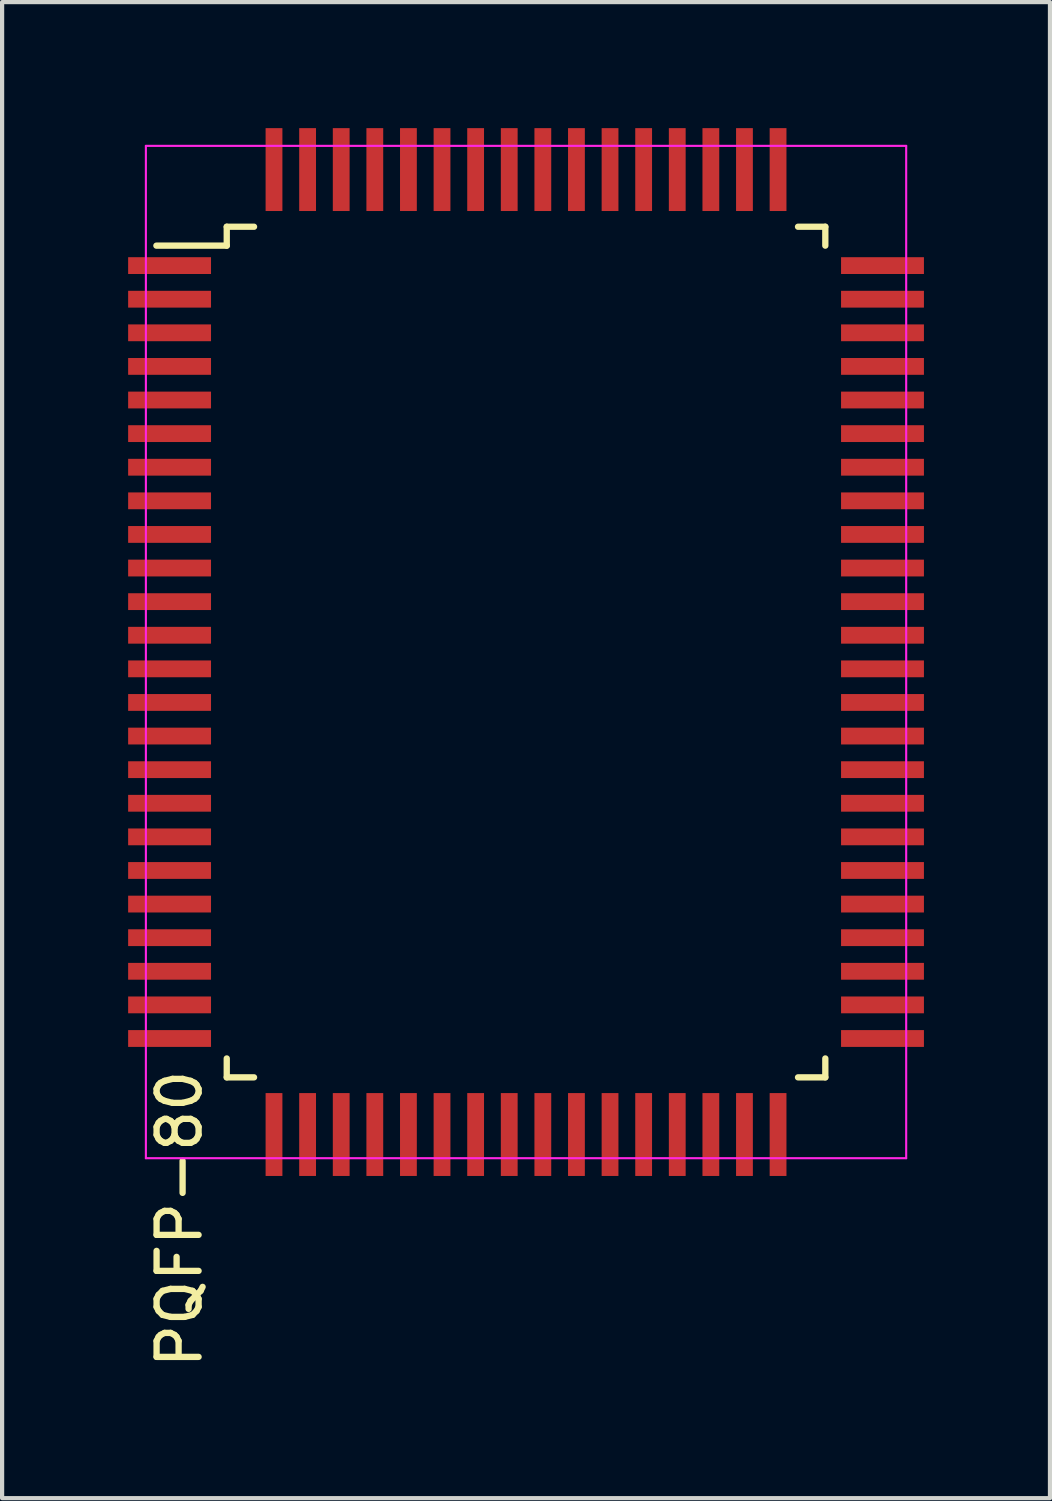
<source format=kicad_pcb>
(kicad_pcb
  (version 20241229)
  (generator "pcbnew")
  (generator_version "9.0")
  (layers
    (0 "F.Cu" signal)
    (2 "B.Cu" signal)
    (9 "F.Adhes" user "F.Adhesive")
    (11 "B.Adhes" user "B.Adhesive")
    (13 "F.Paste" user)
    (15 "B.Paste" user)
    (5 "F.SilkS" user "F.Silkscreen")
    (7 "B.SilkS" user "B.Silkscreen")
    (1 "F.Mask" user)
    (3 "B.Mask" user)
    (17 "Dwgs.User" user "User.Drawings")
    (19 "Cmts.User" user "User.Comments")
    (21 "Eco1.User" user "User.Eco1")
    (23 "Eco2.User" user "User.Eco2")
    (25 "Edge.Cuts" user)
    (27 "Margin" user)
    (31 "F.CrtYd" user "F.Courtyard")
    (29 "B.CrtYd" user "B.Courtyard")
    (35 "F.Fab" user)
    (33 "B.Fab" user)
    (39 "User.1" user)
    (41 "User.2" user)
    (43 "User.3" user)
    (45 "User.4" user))
  (footprint "PQFP-80"
    (layer "F.Cu")
    (at 9.473 12.473)
    (property "Reference" "PQFP-80" (at -8.25 13.494 270) (layer "F.SilkS") (effects (font (size 1 1) (thickness 0.15))))
    (attr smd)
    (fp_line (start -7.125 -10.125) (end -7.125 -9.675) (stroke (width 0.15) (type solid)) (layer "F.SilkS"))
    (fp_line (start -7.125 -10.125) (end -6.475 -10.125) (stroke (width 0.15) (type solid)) (layer "F.SilkS"))
    (fp_line (start -7.125 -9.675) (end -8.8 -9.675) (stroke (width 0.15) (type solid)) (layer "F.SilkS"))
    (fp_line (start -7.125 10.125) (end -7.125 9.675) (stroke (width 0.15) (type solid)) (layer "F.SilkS"))
    (fp_line (start -7.125 10.125) (end -6.475 10.125) (stroke (width 0.15) (type solid)) (layer "F.SilkS"))
    (fp_line (start 7.125 -10.125) (end 6.475 -10.125) (stroke (width 0.15) (type solid)) (layer "F.SilkS"))
    (fp_line (start 7.125 -10.125) (end 7.125 -9.675) (stroke (width 0.15) (type solid)) (layer "F.SilkS"))
    (fp_line (start 7.125 10.125) (end 6.475 10.125) (stroke (width 0.15) (type solid)) (layer "F.SilkS"))
    (fp_line (start 7.125 10.125) (end 7.125 9.675) (stroke (width 0.15) (type solid)) (layer "F.SilkS"))
    (fp_line (start -9.05 -12.05) (end -9.05 12.05) (stroke (width 0.05) (type solid)) (layer "F.CrtYd"))
    (fp_line (start -9.05 -12.05) (end 9.05 -12.05) (stroke (width 0.05) (type solid)) (layer "F.CrtYd"))
    (fp_line (start -9.05 12.05) (end 9.05 12.05) (stroke (width 0.05) (type solid)) (layer "F.CrtYd"))
    (fp_line (start 9.05 -12.05) (end 9.05 12.05) (stroke (width 0.05) (type solid)) (layer "F.CrtYd"))
    (pad "1" smd rect (at -8.486 -9.2) (size 1.973 0.4) (layers "F.Cu" "F.Mask" "F.Paste"))
    (pad "2" smd rect (at -8.486 -8.4) (size 1.973 0.4) (layers "F.Cu" "F.Mask" "F.Paste"))
    (pad "3" smd rect (at -8.486 -7.6) (size 1.973 0.4) (layers "F.Cu" "F.Mask" "F.Paste"))
    (pad "4" smd rect (at -8.486 -6.8) (size 1.973 0.4) (layers "F.Cu" "F.Mask" "F.Paste"))
    (pad "5" smd rect (at -8.486 -6) (size 1.973 0.4) (layers "F.Cu" "F.Mask" "F.Paste"))
    (pad "6" smd rect (at -8.486 -5.2) (size 1.973 0.4) (layers "F.Cu" "F.Mask" "F.Paste"))
    (pad "7" smd rect (at -8.486 -4.4) (size 1.973 0.4) (layers "F.Cu" "F.Mask" "F.Paste"))
    (pad "8" smd rect (at -8.486 -3.6) (size 1.973 0.4) (layers "F.Cu" "F.Mask" "F.Paste"))
    (pad "9" smd rect (at -8.486 -2.8) (size 1.973 0.4) (layers "F.Cu" "F.Mask" "F.Paste"))
    (pad "10" smd rect (at -8.486 -2) (size 1.973 0.4) (layers "F.Cu" "F.Mask" "F.Paste"))
    (pad "11" smd rect (at -8.486 -1.2) (size 1.973 0.4) (layers "F.Cu" "F.Mask" "F.Paste"))
    (pad "12" smd rect (at -8.486 -0.4) (size 1.973 0.4) (layers "F.Cu" "F.Mask" "F.Paste"))
    (pad "13" smd rect (at -8.486 0.4) (size 1.973 0.4) (layers "F.Cu" "F.Mask" "F.Paste"))
    (pad "14" smd rect (at -8.486 1.2) (size 1.973 0.4) (layers "F.Cu" "F.Mask" "F.Paste"))
    (pad "15" smd rect (at -8.486 2) (size 1.973 0.4) (layers "F.Cu" "F.Mask" "F.Paste"))
    (pad "16" smd rect (at -8.486 2.8) (size 1.973 0.4) (layers "F.Cu" "F.Mask" "F.Paste"))
    (pad "17" smd rect (at -8.486 3.6) (size 1.973 0.4) (layers "F.Cu" "F.Mask" "F.Paste"))
    (pad "18" smd rect (at -8.486 4.4) (size 1.973 0.4) (layers "F.Cu" "F.Mask" "F.Paste"))
    (pad "19" smd rect (at -8.486 5.2) (size 1.973 0.4) (layers "F.Cu" "F.Mask" "F.Paste"))
    (pad "20" smd rect (at -8.486 6) (size 1.973 0.4) (layers "F.Cu" "F.Mask" "F.Paste"))
    (pad "21" smd rect (at -8.486 6.8) (size 1.973 0.4) (layers "F.Cu" "F.Mask" "F.Paste"))
    (pad "22" smd rect (at -8.486 7.6) (size 1.973 0.4) (layers "F.Cu" "F.Mask" "F.Paste"))
    (pad "23" smd rect (at -8.486 8.4) (size 1.973 0.4) (layers "F.Cu" "F.Mask" "F.Paste"))
    (pad "24" smd rect (at -8.486 9.2) (size 1.973 0.4) (layers "F.Cu" "F.Mask" "F.Paste"))
    (pad "25" smd rect (at -6 11.486 90) (size 1.973 0.4) (layers "F.Cu" "F.Mask" "F.Paste"))
    (pad "26" smd rect (at -5.2 11.486 90) (size 1.973 0.4) (layers "F.Cu" "F.Mask" "F.Paste"))
    (pad "27" smd rect (at -4.4 11.486 90) (size 1.973 0.4) (layers "F.Cu" "F.Mask" "F.Paste"))
    (pad "28" smd rect (at -3.6 11.486 90) (size 1.973 0.4) (layers "F.Cu" "F.Mask" "F.Paste"))
    (pad "29" smd rect (at -2.8 11.486 90) (size 1.973 0.4) (layers "F.Cu" "F.Mask" "F.Paste"))
    (pad "30" smd rect (at -2 11.486 90) (size 1.973 0.4) (layers "F.Cu" "F.Mask" "F.Paste"))
    (pad "31" smd rect (at -1.2 11.486 90) (size 1.973 0.4) (layers "F.Cu" "F.Mask" "F.Paste"))
    (pad "32" smd rect (at -0.4 11.486 90) (size 1.973 0.4) (layers "F.Cu" "F.Mask" "F.Paste"))
    (pad "33" smd rect (at 0.4 11.486 90) (size 1.973 0.4) (layers "F.Cu" "F.Mask" "F.Paste"))
    (pad "34" smd rect (at 1.2 11.486 90) (size 1.973 0.4) (layers "F.Cu" "F.Mask" "F.Paste"))
    (pad "35" smd rect (at 2 11.486 90) (size 1.973 0.4) (layers "F.Cu" "F.Mask" "F.Paste"))
    (pad "36" smd rect (at 2.8 11.486 90) (size 1.973 0.4) (layers "F.Cu" "F.Mask" "F.Paste"))
    (pad "37" smd rect (at 3.6 11.486 90) (size 1.973 0.4) (layers "F.Cu" "F.Mask" "F.Paste"))
    (pad "38" smd rect (at 4.4 11.486 90) (size 1.973 0.4) (layers "F.Cu" "F.Mask" "F.Paste"))
    (pad "39" smd rect (at 5.2 11.486 90) (size 1.973 0.4) (layers "F.Cu" "F.Mask" "F.Paste"))
    (pad "40" smd rect (at 6 11.486 90) (size 1.973 0.4) (layers "F.Cu" "F.Mask" "F.Paste"))
    (pad "41" smd rect (at 8.486 9.2) (size 1.973 0.4) (layers "F.Cu" "F.Mask" "F.Paste"))
    (pad "42" smd rect (at 8.486 8.4) (size 1.973 0.4) (layers "F.Cu" "F.Mask" "F.Paste"))
    (pad "43" smd rect (at 8.486 7.6) (size 1.973 0.4) (layers "F.Cu" "F.Mask" "F.Paste"))
    (pad "44" smd rect (at 8.486 6.8) (size 1.973 0.4) (layers "F.Cu" "F.Mask" "F.Paste"))
    (pad "45" smd rect (at 8.486 6) (size 1.973 0.4) (layers "F.Cu" "F.Mask" "F.Paste"))
    (pad "46" smd rect (at 8.486 5.2) (size 1.973 0.4) (layers "F.Cu" "F.Mask" "F.Paste"))
    (pad "47" smd rect (at 8.486 4.4) (size 1.973 0.4) (layers "F.Cu" "F.Mask" "F.Paste"))
    (pad "48" smd rect (at 8.486 3.6) (size 1.973 0.4) (layers "F.Cu" "F.Mask" "F.Paste"))
    (pad "49" smd rect (at 8.486 2.8) (size 1.973 0.4) (layers "F.Cu" "F.Mask" "F.Paste"))
    (pad "50" smd rect (at 8.486 2) (size 1.973 0.4) (layers "F.Cu" "F.Mask" "F.Paste"))
    (pad "51" smd rect (at 8.486 1.2) (size 1.973 0.4) (layers "F.Cu" "F.Mask" "F.Paste"))
    (pad "52" smd rect (at 8.486 0.4) (size 1.973 0.4) (layers "F.Cu" "F.Mask" "F.Paste"))
    (pad "53" smd rect (at 8.486 -0.4) (size 1.973 0.4) (layers "F.Cu" "F.Mask" "F.Paste"))
    (pad "54" smd rect (at 8.486 -1.2) (size 1.973 0.4) (layers "F.Cu" "F.Mask" "F.Paste"))
    (pad "55" smd rect (at 8.486 -2) (size 1.973 0.4) (layers "F.Cu" "F.Mask" "F.Paste"))
    (pad "56" smd rect (at 8.486 -2.8) (size 1.973 0.4) (layers "F.Cu" "F.Mask" "F.Paste"))
    (pad "57" smd rect (at 8.486 -3.6) (size 1.973 0.4) (layers "F.Cu" "F.Mask" "F.Paste"))
    (pad "58" smd rect (at 8.486 -4.4) (size 1.973 0.4) (layers "F.Cu" "F.Mask" "F.Paste"))
    (pad "59" smd rect (at 8.486 -5.2) (size 1.973 0.4) (layers "F.Cu" "F.Mask" "F.Paste"))
    (pad "60" smd rect (at 8.486 -6) (size 1.973 0.4) (layers "F.Cu" "F.Mask" "F.Paste"))
    (pad "61" smd rect (at 8.486 -6.8) (size 1.973 0.4) (layers "F.Cu" "F.Mask" "F.Paste"))
    (pad "62" smd rect (at 8.486 -7.6) (size 1.973 0.4) (layers "F.Cu" "F.Mask" "F.Paste"))
    (pad "63" smd rect (at 8.486 -8.4) (size 1.973 0.4) (layers "F.Cu" "F.Mask" "F.Paste"))
    (pad "64" smd rect (at 8.486 -9.2) (size 1.973 0.4) (layers "F.Cu" "F.Mask" "F.Paste"))
    (pad "65" smd rect (at 6 -11.486 90) (size 1.973 0.4) (layers "F.Cu" "F.Mask" "F.Paste"))
    (pad "66" smd rect (at 5.2 -11.486 90) (size 1.973 0.4) (layers "F.Cu" "F.Mask" "F.Paste"))
    (pad "67" smd rect (at 4.4 -11.486 90) (size 1.973 0.4) (layers "F.Cu" "F.Mask" "F.Paste"))
    (pad "68" smd rect (at 3.6 -11.486 90) (size 1.973 0.4) (layers "F.Cu" "F.Mask" "F.Paste"))
    (pad "69" smd rect (at 2.8 -11.486 90) (size 1.973 0.4) (layers "F.Cu" "F.Mask" "F.Paste"))
    (pad "70" smd rect (at 2 -11.486 90) (size 1.973 0.4) (layers "F.Cu" "F.Mask" "F.Paste"))
    (pad "71" smd rect (at 1.2 -11.486 90) (size 1.973 0.4) (layers "F.Cu" "F.Mask" "F.Paste"))
    (pad "72" smd rect (at 0.4 -11.486 90) (size 1.973 0.4) (layers "F.Cu" "F.Mask" "F.Paste"))
    (pad "73" smd rect (at -0.4 -11.486 90) (size 1.973 0.4) (layers "F.Cu" "F.Mask" "F.Paste"))
    (pad "74" smd rect (at -1.2 -11.486 90) (size 1.973 0.4) (layers "F.Cu" "F.Mask" "F.Paste"))
    (pad "75" smd rect (at -2 -11.486 90) (size 1.973 0.4) (layers "F.Cu" "F.Mask" "F.Paste"))
    (pad "76" smd rect (at -2.8 -11.486 90) (size 1.973 0.4) (layers "F.Cu" "F.Mask" "F.Paste"))
    (pad "77" smd rect (at -3.6 -11.486 90) (size 1.973 0.4) (layers "F.Cu" "F.Mask" "F.Paste"))
    (pad "78" smd rect (at -4.4 -11.486 90) (size 1.973 0.4) (layers "F.Cu" "F.Mask" "F.Paste"))
    (pad "79" smd rect (at -5.2 -11.486 90) (size 1.973 0.4) (layers "F.Cu" "F.Mask" "F.Paste"))
    (pad "80" smd rect (at -6 -11.486 90) (size 1.973 0.4) (layers "F.Cu" "F.Mask" "F.Paste")))
  (gr_rect
    (start -3 -3)
    (end 21.946 32.616)
    (stroke (width 0.1) (type default))
    (fill no)
    (layer "Edge.Cuts")))
</source>
